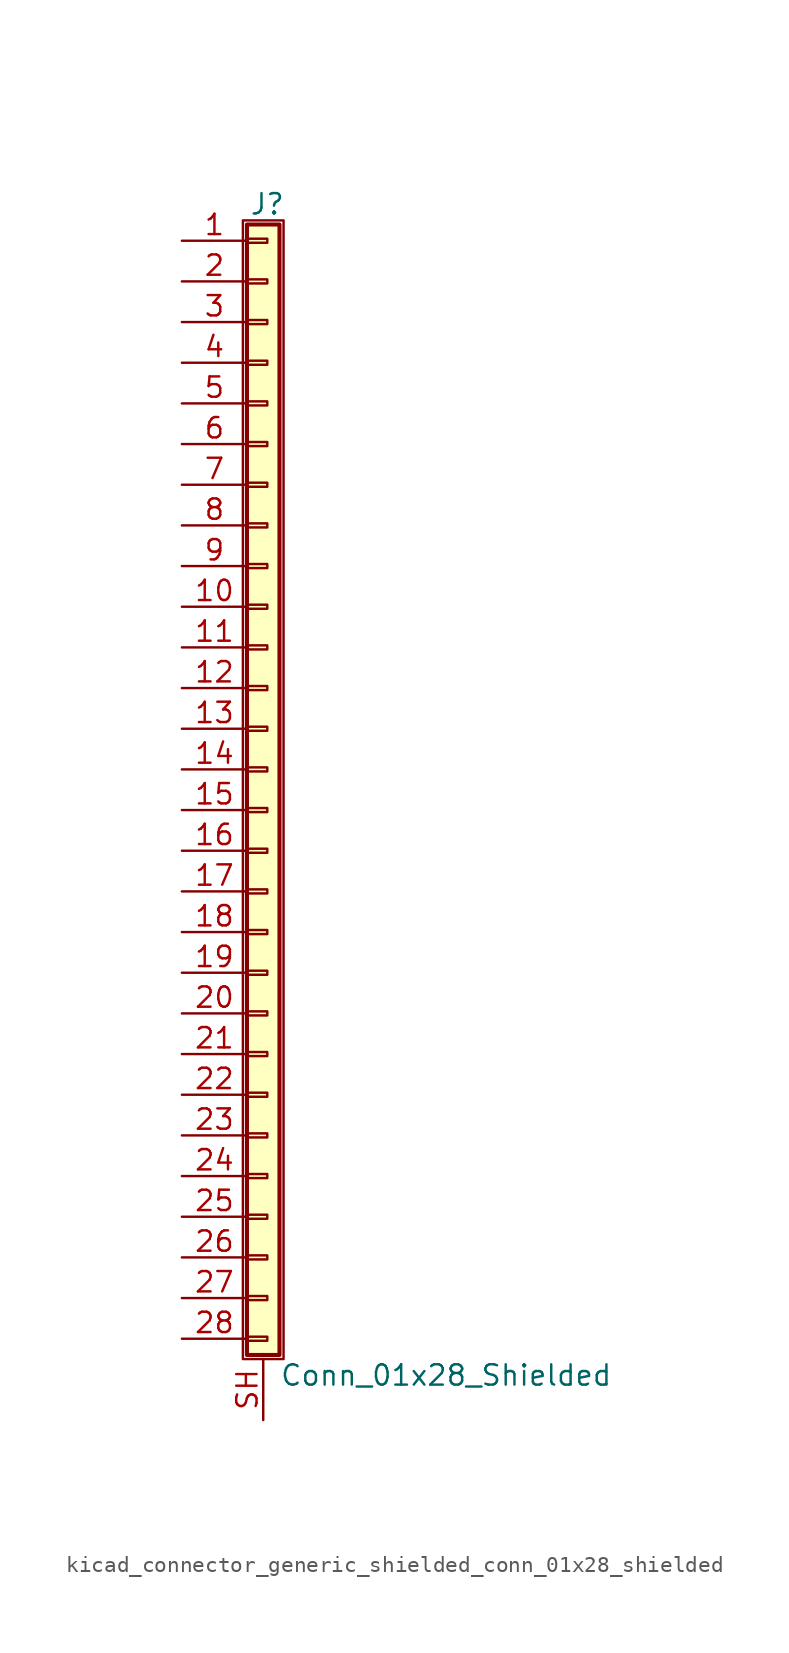
<source format=kicad_sym>
(kicad_symbol_lib
  (version 20220914)
  (generator kicad_symbol_editor)
  (symbol "kicad_connector_generic_shielded_conn_01x28_shielded"
    (pin_names
      (offset 1.016) hide)
    (property "Reference" "J"
      (at 0.254 35.306 0)
      (effects (font (size 1.27 1.27))))
    (property "Value" "Conn_01x28_Shielded"
      (at 1.016 -37.846 0)
      (effects (font (size 1.27 1.27)) (justify left)))
    (symbol "kicad_connector_generic_shielded_conn_01x28_shielded_1_1"
      (rectangle (start -1.27 34.29) (end 1.27 -36.83) (stroke (width 0.152) (type default)) (fill (type none)))
      (rectangle (start -1.016 -35.433) (end 0.254 -35.687) (stroke (width 0.152) (type default)) (fill (type none)))
      (rectangle (start -1.016 -32.893) (end 0.254 -33.147) (stroke (width 0.152) (type default)) (fill (type none)))
      (rectangle (start -1.016 -30.353) (end 0.254 -30.607) (stroke (width 0.152) (type default)) (fill (type none)))
      (rectangle (start -1.016 -27.813) (end 0.254 -28.067) (stroke (width 0.152) (type default)) (fill (type none)))
      (rectangle (start -1.016 -25.273) (end 0.254 -25.527) (stroke (width 0.152) (type default)) (fill (type none)))
      (rectangle (start -1.016 -22.733) (end 0.254 -22.987) (stroke (width 0.152) (type default)) (fill (type none)))
      (rectangle (start -1.016 -20.193) (end 0.254 -20.447) (stroke (width 0.152) (type default)) (fill (type none)))
      (rectangle (start -1.016 -17.653) (end 0.254 -17.907) (stroke (width 0.152) (type default)) (fill (type none)))
      (rectangle (start -1.016 -15.113) (end 0.254 -15.367) (stroke (width 0.152) (type default)) (fill (type none)))
      (rectangle (start -1.016 -12.573) (end 0.254 -12.827) (stroke (width 0.152) (type default)) (fill (type none)))
      (rectangle (start -1.016 -10.033) (end 0.254 -10.287) (stroke (width 0.152) (type default)) (fill (type none)))
      (rectangle (start -1.016 -7.493) (end 0.254 -7.747) (stroke (width 0.152) (type default)) (fill (type none)))
      (rectangle (start -1.016 -4.953) (end 0.254 -5.207) (stroke (width 0.152) (type default)) (fill (type none)))
      (rectangle (start -1.016 -2.413) (end 0.254 -2.667) (stroke (width 0.152) (type default)) (fill (type none)))
      (rectangle (start -1.016 0.127) (end 0.254 -0.127) (stroke (width 0.152) (type default)) (fill (type none)))
      (rectangle (start -1.016 2.667) (end 0.254 2.413) (stroke (width 0.152) (type default)) (fill (type none)))
      (rectangle (start -1.016 5.207) (end 0.254 4.953) (stroke (width 0.152) (type default)) (fill (type none)))
      (rectangle (start -1.016 7.747) (end 0.254 7.493) (stroke (width 0.152) (type default)) (fill (type none)))
      (rectangle (start -1.016 10.287) (end 0.254 10.033) (stroke (width 0.152) (type default)) (fill (type none)))
      (rectangle (start -1.016 12.827) (end 0.254 12.573) (stroke (width 0.152) (type default)) (fill (type none)))
      (rectangle (start -1.016 15.367) (end 0.254 15.113) (stroke (width 0.152) (type default)) (fill (type none)))
      (rectangle (start -1.016 17.907) (end 0.254 17.653) (stroke (width 0.152) (type default)) (fill (type none)))
      (rectangle (start -1.016 20.447) (end 0.254 20.193) (stroke (width 0.152) (type default)) (fill (type none)))
      (rectangle (start -1.016 22.987) (end 0.254 22.733) (stroke (width 0.152) (type default)) (fill (type none)))
      (rectangle (start -1.016 25.527) (end 0.254 25.273) (stroke (width 0.152) (type default)) (fill (type none)))
      (rectangle (start -1.016 28.067) (end 0.254 27.813) (stroke (width 0.152) (type default)) (fill (type none)))
      (rectangle (start -1.016 30.607) (end 0.254 30.353) (stroke (width 0.152) (type default)) (fill (type none)))
      (rectangle (start -1.016 33.147) (end 0.254 32.893) (stroke (width 0.152) (type default)) (fill (type none)))
      (rectangle (start -1.016 34.036) (end 1.016 -36.576) (stroke (width 0.254) (type default)) (fill (type background)))
      (pin passive line (at -5.08 33.02 0) (length 4.064) (name "Pin_1" (effects (font (size 1.27 1.27)))) (number "1" (effects (font (size 1.27 1.27)))))
      (pin passive line (at -5.08 10.16 0) (length 4.064) (name "Pin_10" (effects (font (size 1.27 1.27)))) (number "10" (effects (font (size 1.27 1.27)))))
      (pin passive line (at -5.08 7.62 0) (length 4.064) (name "Pin_11" (effects (font (size 1.27 1.27)))) (number "11" (effects (font (size 1.27 1.27)))))
      (pin passive line (at -5.08 5.08 0) (length 4.064) (name "Pin_12" (effects (font (size 1.27 1.27)))) (number "12" (effects (font (size 1.27 1.27)))))
      (pin passive line (at -5.08 2.54 0) (length 4.064) (name "Pin_13" (effects (font (size 1.27 1.27)))) (number "13" (effects (font (size 1.27 1.27)))))
      (pin passive line (at -5.08 0 0) (length 4.064) (name "Pin_14" (effects (font (size 1.27 1.27)))) (number "14" (effects (font (size 1.27 1.27)))))
      (pin passive line (at -5.08 -2.54 0) (length 4.064) (name "Pin_15" (effects (font (size 1.27 1.27)))) (number "15" (effects (font (size 1.27 1.27)))))
      (pin passive line (at -5.08 -5.08 0) (length 4.064) (name "Pin_16" (effects (font (size 1.27 1.27)))) (number "16" (effects (font (size 1.27 1.27)))))
      (pin passive line (at -5.08 -7.62 0) (length 4.064) (name "Pin_17" (effects (font (size 1.27 1.27)))) (number "17" (effects (font (size 1.27 1.27)))))
      (pin passive line (at -5.08 -10.16 0) (length 4.064) (name "Pin_18" (effects (font (size 1.27 1.27)))) (number "18" (effects (font (size 1.27 1.27)))))
      (pin passive line (at -5.08 -12.7 0) (length 4.064) (name "Pin_19" (effects (font (size 1.27 1.27)))) (number "19" (effects (font (size 1.27 1.27)))))
      (pin passive line (at -5.08 30.48 0) (length 4.064) (name "Pin_2" (effects (font (size 1.27 1.27)))) (number "2" (effects (font (size 1.27 1.27)))))
      (pin passive line (at -5.08 -15.24 0) (length 4.064) (name "Pin_20" (effects (font (size 1.27 1.27)))) (number "20" (effects (font (size 1.27 1.27)))))
      (pin passive line (at -5.08 -17.78 0) (length 4.064) (name "Pin_21" (effects (font (size 1.27 1.27)))) (number "21" (effects (font (size 1.27 1.27)))))
      (pin passive line (at -5.08 -20.32 0) (length 4.064) (name "Pin_22" (effects (font (size 1.27 1.27)))) (number "22" (effects (font (size 1.27 1.27)))))
      (pin passive line (at -5.08 -22.86 0) (length 4.064) (name "Pin_23" (effects (font (size 1.27 1.27)))) (number "23" (effects (font (size 1.27 1.27)))))
      (pin passive line (at -5.08 -25.4 0) (length 4.064) (name "Pin_24" (effects (font (size 1.27 1.27)))) (number "24" (effects (font (size 1.27 1.27)))))
      (pin passive line (at -5.08 -27.94 0) (length 4.064) (name "Pin_25" (effects (font (size 1.27 1.27)))) (number "25" (effects (font (size 1.27 1.27)))))
      (pin passive line (at -5.08 -30.48 0) (length 4.064) (name "Pin_26" (effects (font (size 1.27 1.27)))) (number "26" (effects (font (size 1.27 1.27)))))
      (pin passive line (at -5.08 -33.02 0) (length 4.064) (name "Pin_27" (effects (font (size 1.27 1.27)))) (number "27" (effects (font (size 1.27 1.27)))))
      (pin passive line (at -5.08 -35.56 0) (length 4.064) (name "Pin_28" (effects (font (size 1.27 1.27)))) (number "28" (effects (font (size 1.27 1.27)))))
      (pin passive line (at -5.08 27.94 0) (length 4.064) (name "Pin_3" (effects (font (size 1.27 1.27)))) (number "3" (effects (font (size 1.27 1.27)))))
      (pin passive line (at -5.08 25.4 0) (length 4.064) (name "Pin_4" (effects (font (size 1.27 1.27)))) (number "4" (effects (font (size 1.27 1.27)))))
      (pin passive line (at -5.08 22.86 0) (length 4.064) (name "Pin_5" (effects (font (size 1.27 1.27)))) (number "5" (effects (font (size 1.27 1.27)))))
      (pin passive line (at -5.08 20.32 0) (length 4.064) (name "Pin_6" (effects (font (size 1.27 1.27)))) (number "6" (effects (font (size 1.27 1.27)))))
      (pin passive line (at -5.08 17.78 0) (length 4.064) (name "Pin_7" (effects (font (size 1.27 1.27)))) (number "7" (effects (font (size 1.27 1.27)))))
      (pin passive line (at -5.08 15.24 0) (length 4.064) (name "Pin_8" (effects (font (size 1.27 1.27)))) (number "8" (effects (font (size 1.27 1.27)))))
      (pin passive line (at -5.08 12.7 0) (length 4.064) (name "Pin_9" (effects (font (size 1.27 1.27)))) (number "9" (effects (font (size 1.27 1.27)))))
      (pin passive line (at 0 -40.64 90) (length 3.81) (name "Shield" (effects (font (size 1.27 1.27)))) (number "SH" (effects (font (size 1.27 1.27))))))))
</source>
